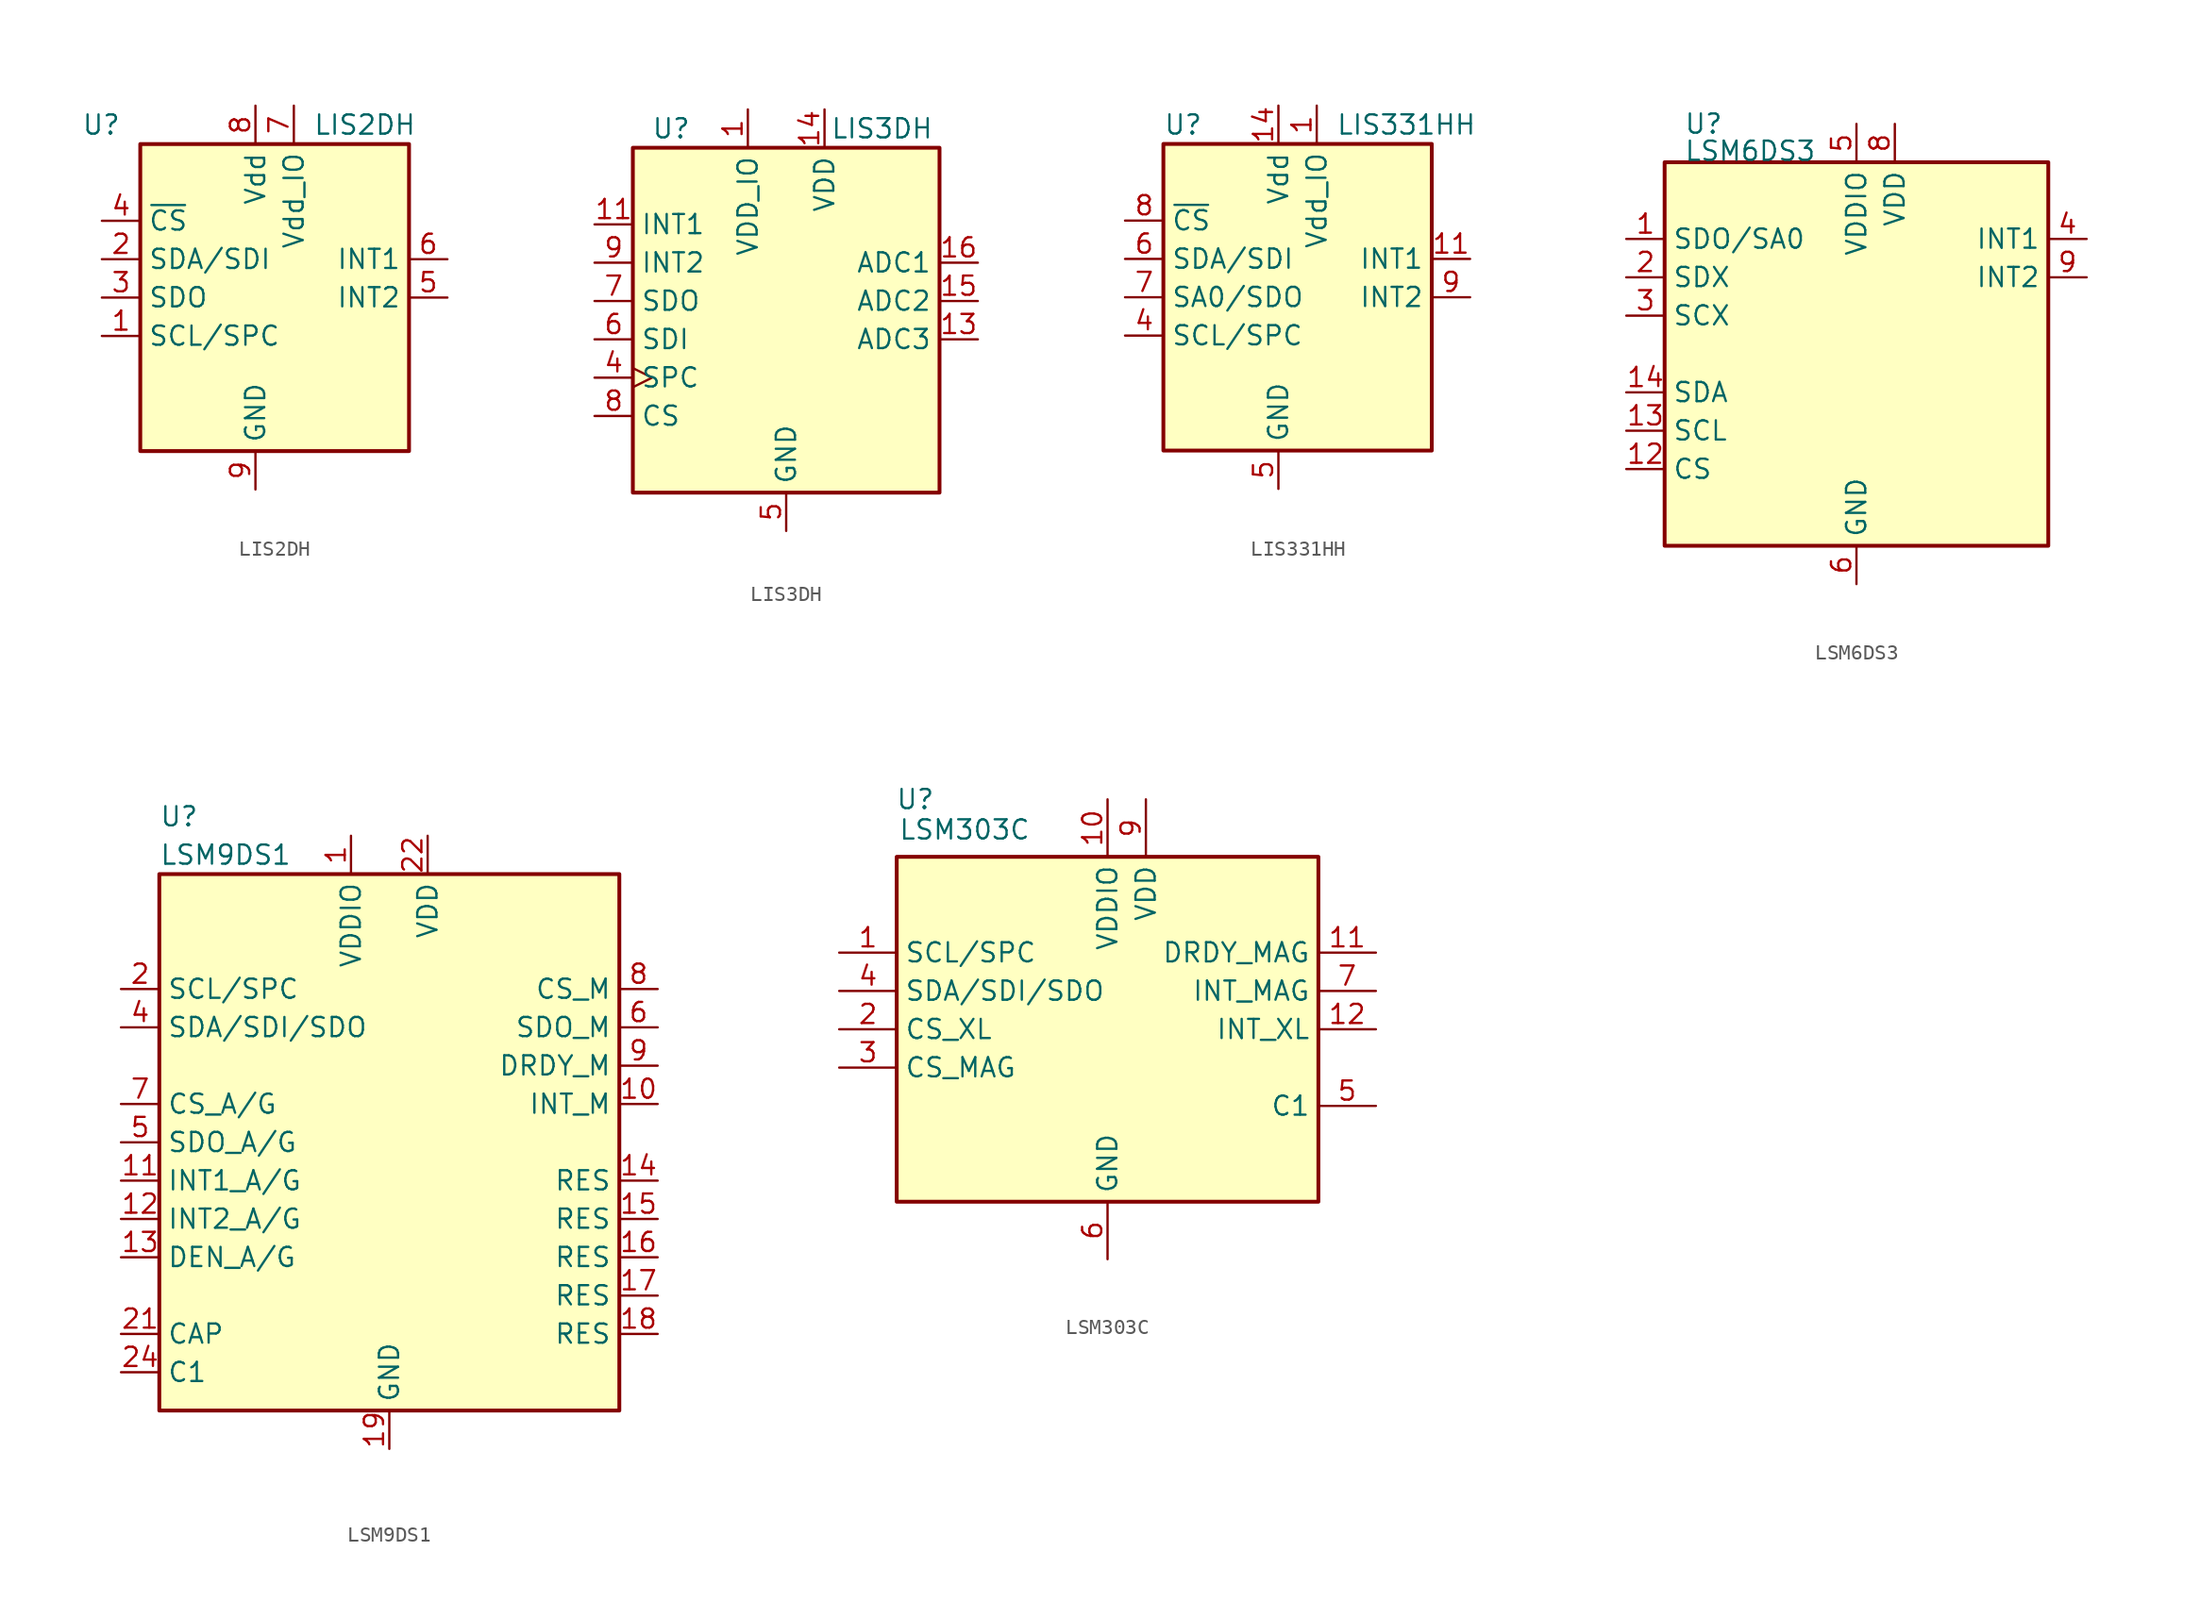
<source format=kicad_sym>
(kicad_symbol_lib
  (version 20241209)
  (generator "kicad_symbol_editor")
  (generator_version "9.0")
  (symbol "LIS2DH"
    (property "Reference" "U"
      (at -8.89 11.43 0)
      (effects (font (size 1.27 1.27)) (justify right)))
    (property "Value" "LIS2DH"
      (at 3.81 11.43 0)
      (effects (font (size 1.27 1.27)) (justify left)))
    (symbol "LIS2DH_0_1"
      (rectangle (start -7.62 10.16) (end 10.16 -10.16) (stroke (width 0.254) (type default)) (fill (type background))))
    (symbol "LIS2DH_1_1"
      (pin input line (at -10.16 5.08 0) (length 2.54) (name "~{CS}" (effects (font (size 1.27 1.27)))) (number "4" (effects (font (size 1.27 1.27)))))
      (pin bidirectional line (at -10.16 2.54 0) (length 2.54) (name "SDA/SDI" (effects (font (size 1.27 1.27)))) (number "2" (effects (font (size 1.27 1.27)))))
      (pin output line (at -10.16 0 0) (length 2.54) (name "SDO" (effects (font (size 1.27 1.27)))) (number "3" (effects (font (size 1.27 1.27)))) (alternate "SA0" passive line))
      (pin input line (at -10.16 -2.54 0) (length 2.54) (name "SCL/SPC" (effects (font (size 1.27 1.27)))) (number "1" (effects (font (size 1.27 1.27)))))
      (pin power_in line (at 0 12.7 270) (length 2.54) (name "Vdd" (effects (font (size 1.27 1.27)))) (number "8" (effects (font (size 1.27 1.27)))))
      (pin passive line (at 0 -12.7 90) (length 2.54) (hide yes) (name "GND" (effects (font (size 1.27 1.27)))) (number "10" (effects (font (size 1.27 1.27)))))
      (pin passive line (at 0 -12.7 90) (length 2.54) (hide yes) (name "GND" (effects (font (size 1.27 1.27)))) (number "11" (effects (font (size 1.27 1.27)))))
      (pin passive line (at 0 -12.7 90) (length 2.54) (hide yes) (name "GND" (effects (font (size 1.27 1.27)))) (number "12" (effects (font (size 1.27 1.27)))))
      (pin passive line (at 0 -12.7 90) (length 2.54) (hide yes) (name "GND" (effects (font (size 1.27 1.27)))) (number "13" (effects (font (size 1.27 1.27)))))
      (pin passive line (at 0 -12.7 90) (length 2.54) (hide yes) (name "GND" (effects (font (size 1.27 1.27)))) (number "14" (effects (font (size 1.27 1.27)))))
      (pin power_in line (at 0 -12.7 90) (length 2.54) (name "GND" (effects (font (size 1.27 1.27)))) (number "9" (effects (font (size 1.27 1.27)))))
      (pin power_in line (at 2.54 12.7 270) (length 2.54) (name "Vdd_IO" (effects (font (size 1.27 1.27)))) (number "7" (effects (font (size 1.27 1.27)))))
      (pin output line (at 12.7 2.54 180) (length 2.54) (name "INT1" (effects (font (size 1.27 1.27)))) (number "6" (effects (font (size 1.27 1.27)))))
      (pin output line (at 12.7 0 180) (length 2.54) (name "INT2" (effects (font (size 1.27 1.27)))) (number "5" (effects (font (size 1.27 1.27)))))))
  (symbol "LIS3DH"
    (property "Reference" "U"
      (at -7.62 11.43 0)
      (effects (font (size 1.27 1.27))))
    (property "Value" "LIS3DH"
      (at 6.35 11.43 0)
      (effects (font (size 1.27 1.27))))
    (symbol "LIS3DH_0_1"
      (rectangle (start -10.16 10.16) (end 10.16 -12.7) (stroke (width 0.254) (type default)) (fill (type background))))
    (symbol "LIS3DH_1_1"
      (pin output line (at -12.7 5.08 0) (length 2.54) (name "INT1" (effects (font (size 1.27 1.27)))) (number "11" (effects (font (size 1.27 1.27)))))
      (pin output line (at -12.7 2.54 0) (length 2.54) (name "INT2" (effects (font (size 1.27 1.27)))) (number "9" (effects (font (size 1.27 1.27)))))
      (pin output line (at -12.7 0 0) (length 2.54) (name "SDO" (effects (font (size 1.27 1.27)))) (number "7" (effects (font (size 1.27 1.27)))) (alternate "SA0" input line))
      (pin input line (at -12.7 -2.54 0) (length 2.54) (name "SDI" (effects (font (size 1.27 1.27)))) (number "6" (effects (font (size 1.27 1.27)))) (alternate "SDA" bidirectional line) (alternate "SDO" output line))
      (pin input clock (at -12.7 -5.08 0) (length 2.54) (name "SPC" (effects (font (size 1.27 1.27)))) (number "4" (effects (font (size 1.27 1.27)))) (alternate "SCL" input clock))
      (pin input line (at -12.7 -7.62 0) (length 2.54) (name "CS" (effects (font (size 1.27 1.27)))) (number "8" (effects (font (size 1.27 1.27)))))
      (pin power_in line (at -2.54 12.7 270) (length 2.54) (name "VDD_IO" (effects (font (size 1.27 1.27)))) (number "1" (effects (font (size 1.27 1.27)))))
      (pin passive line (at 0 -15.24 90) (length 2.54) (hide yes) (name "GND" (effects (font (size 1.27 1.27)))) (number "10" (effects (font (size 1.27 1.27)))))
      (pin passive line (at 0 -15.24 90) (length 2.54) (hide yes) (name "GND" (effects (font (size 1.27 1.27)))) (number "12" (effects (font (size 1.27 1.27)))))
      (pin power_in line (at 0 -15.24 90) (length 2.54) (name "GND" (effects (font (size 1.27 1.27)))) (number "5" (effects (font (size 1.27 1.27)))))
      (pin power_in line (at 2.54 12.7 270) (length 2.54) (name "VDD" (effects (font (size 1.27 1.27)))) (number "14" (effects (font (size 1.27 1.27)))))
      (pin no_connect line (at 10.16 7.62 180) (length 2.54) (hide yes) (name "NC" (effects (font (size 1.27 1.27)))) (number "3" (effects (font (size 1.27 1.27)))))
      (pin no_connect line (at 10.16 5.08 180) (length 2.54) (hide yes) (name "NC" (effects (font (size 1.27 1.27)))) (number "2" (effects (font (size 1.27 1.27)))))
      (pin input line (at 12.7 2.54 180) (length 2.54) (name "ADC1" (effects (font (size 1.27 1.27)))) (number "16" (effects (font (size 1.27 1.27)))))
      (pin input line (at 12.7 0 180) (length 2.54) (name "ADC2" (effects (font (size 1.27 1.27)))) (number "15" (effects (font (size 1.27 1.27)))))
      (pin input line (at 12.7 -2.54 180) (length 2.54) (name "ADC3" (effects (font (size 1.27 1.27)))) (number "13" (effects (font (size 1.27 1.27)))))))
  (symbol "LIS331HH"
    (property "Reference" "U"
      (at -7.62 11.43 0)
      (effects (font (size 1.27 1.27)) (justify left)))
    (property "Value" "LIS331HH"
      (at 3.81 11.43 0)
      (effects (font (size 1.27 1.27)) (justify left)))
    (symbol "LIS331HH_0_1"
      (rectangle (start -7.62 10.16) (end 10.16 -10.16) (stroke (width 0.254) (type default)) (fill (type background))))
    (symbol "LIS331HH_1_1"
      (pin input line (at -10.16 5.08 0) (length 2.54) (name "~{CS}" (effects (font (size 1.27 1.27)))) (number "8" (effects (font (size 1.27 1.27)))))
      (pin bidirectional line (at -10.16 2.54 0) (length 2.54) (name "SDA/SDI" (effects (font (size 1.27 1.27)))) (number "6" (effects (font (size 1.27 1.27)))))
      (pin output line (at -10.16 0 0) (length 2.54) (name "SA0/SDO" (effects (font (size 1.27 1.27)))) (number "7" (effects (font (size 1.27 1.27)))))
      (pin input line (at -10.16 -2.54 0) (length 2.54) (name "SCL/SPC" (effects (font (size 1.27 1.27)))) (number "4" (effects (font (size 1.27 1.27)))))
      (pin power_in line (at 0 12.7 270) (length 2.54) (name "Vdd" (effects (font (size 1.27 1.27)))) (number "14" (effects (font (size 1.27 1.27)))))
      (pin passive line (at 0 12.7 270) (length 2.54) (hide yes) (name "Vdd" (effects (font (size 1.27 1.27)))) (number "15" (effects (font (size 1.27 1.27)))))
      (pin passive line (at 0 -12.7 90) (length 2.54) (hide yes) (name "GND" (effects (font (size 1.27 1.27)))) (number "10" (effects (font (size 1.27 1.27)))))
      (pin passive line (at 0 -12.7 90) (length 2.54) (hide yes) (name "GND" (effects (font (size 1.27 1.27)))) (number "12" (effects (font (size 1.27 1.27)))))
      (pin passive line (at 0 -12.7 90) (length 2.54) (hide yes) (name "GND" (effects (font (size 1.27 1.27)))) (number "13" (effects (font (size 1.27 1.27)))))
      (pin passive line (at 0 -12.7 90) (length 2.54) (hide yes) (name "GND" (effects (font (size 1.27 1.27)))) (number "16" (effects (font (size 1.27 1.27)))))
      (pin power_in line (at 0 -12.7 90) (length 2.54) (name "GND" (effects (font (size 1.27 1.27)))) (number "5" (effects (font (size 1.27 1.27)))))
      (pin power_in line (at 2.54 12.7 270) (length 2.54) (name "Vdd_IO" (effects (font (size 1.27 1.27)))) (number "1" (effects (font (size 1.27 1.27)))))
      (pin no_connect line (at 10.16 -2.54 180) (length 2.54) (hide yes) (name "NC" (effects (font (size 1.27 1.27)))) (number "2" (effects (font (size 1.27 1.27)))))
      (pin no_connect line (at 10.16 -5.08 180) (length 2.54) (hide yes) (name "NC" (effects (font (size 1.27 1.27)))) (number "3" (effects (font (size 1.27 1.27)))))
      (pin output line (at 12.7 2.54 180) (length 2.54) (name "INT1" (effects (font (size 1.27 1.27)))) (number "11" (effects (font (size 1.27 1.27)))))
      (pin output line (at 12.7 0 180) (length 2.54) (name "INT2" (effects (font (size 1.27 1.27)))) (number "9" (effects (font (size 1.27 1.27)))))))
  (symbol "LSM6DS3"
    (property "Reference" "U"
      (at -11.43 15.24 0)
      (effects (font (size 1.27 1.27)) (justify left)))
    (property "Value" "LSM6DS3"
      (at -11.43 12.7 0)
      (effects (font (size 1.27 1.27)) (justify left bottom)))
    (symbol "LSM6DS3_0_1"
      (rectangle (start -12.7 12.7) (end 12.7 -12.7) (stroke (width 0.254) (type default)) (fill (type background))))
    (symbol "LSM6DS3_1_1"
      (pin bidirectional line (at -15.24 7.62 0) (length 2.54) (name "SDO/SA0" (effects (font (size 1.27 1.27)))) (number "1" (effects (font (size 1.27 1.27)))))
      (pin bidirectional line (at -15.24 5.08 0) (length 2.54) (name "SDX" (effects (font (size 1.27 1.27)))) (number "2" (effects (font (size 1.27 1.27)))))
      (pin input line (at -15.24 2.54 0) (length 2.54) (name "SCX" (effects (font (size 1.27 1.27)))) (number "3" (effects (font (size 1.27 1.27)))))
      (pin bidirectional line (at -15.24 -2.54 0) (length 2.54) (name "SDA" (effects (font (size 1.27 1.27)))) (number "14" (effects (font (size 1.27 1.27)))))
      (pin input line (at -15.24 -5.08 0) (length 2.54) (name "SCL" (effects (font (size 1.27 1.27)))) (number "13" (effects (font (size 1.27 1.27)))))
      (pin input line (at -15.24 -7.62 0) (length 2.54) (name "CS" (effects (font (size 1.27 1.27)))) (number "12" (effects (font (size 1.27 1.27)))))
      (pin power_in line (at 0 15.24 270) (length 2.54) (name "VDDIO" (effects (font (size 1.27 1.27)))) (number "5" (effects (font (size 1.27 1.27)))))
      (pin power_in line (at 0 -15.24 90) (length 2.54) (name "GND" (effects (font (size 1.27 1.27)))) (number "6" (effects (font (size 1.27 1.27)))))
      (pin passive line (at 0 -15.24 90) (length 2.54) (hide yes) (name "GND" (effects (font (size 1.27 1.27)))) (number "7" (effects (font (size 1.27 1.27)))))
      (pin power_in line (at 2.54 15.24 270) (length 2.54) (name "VDD" (effects (font (size 1.27 1.27)))) (number "8" (effects (font (size 1.27 1.27)))))
      (pin no_connect line (at 12.7 -2.54 180) (length 3.81) (hide yes) (name "NC" (effects (font (size 1.27 1.27)))) (number "11" (effects (font (size 1.27 1.27)))))
      (pin no_connect line (at 12.7 -5.08 180) (length 3.81) (hide yes) (name "NC" (effects (font (size 1.27 1.27)))) (number "10" (effects (font (size 1.27 1.27)))))
      (pin output line (at 15.24 7.62 180) (length 2.54) (name "INT1" (effects (font (size 1.27 1.27)))) (number "4" (effects (font (size 1.27 1.27)))))
      (pin output line (at 15.24 5.08 180) (length 2.54) (name "INT2" (effects (font (size 1.27 1.27)))) (number "9" (effects (font (size 1.27 1.27)))))))
  (symbol "LSM9DS1"
    (property "Reference" "U"
      (at -15.24 21.59 0)
      (effects (font (size 1.27 1.27)) (justify left)))
    (property "Value" "LSM9DS1"
      (at -15.24 19.05 0)
      (effects (font (size 1.27 1.27)) (justify left)))
    (symbol "LSM9DS1_0_1"
      (rectangle (start -15.24 17.78) (end 15.24 -17.78) (stroke (width 0.254) (type default)) (fill (type background))))
    (symbol "LSM9DS1_1_1"
      (pin input line (at -17.78 10.16 0) (length 2.54) (name "SCL/SPC" (effects (font (size 1.27 1.27)))) (number "2" (effects (font (size 1.27 1.27)))))
      (pin bidirectional line (at -17.78 7.62 0) (length 2.54) (name "SDA/SDI/SDO" (effects (font (size 1.27 1.27)))) (number "4" (effects (font (size 1.27 1.27)))))
      (pin input line (at -17.78 2.54 0) (length 2.54) (name "CS_A/G" (effects (font (size 1.27 1.27)))) (number "7" (effects (font (size 1.27 1.27)))))
      (pin output line (at -17.78 0 0) (length 2.54) (name "SDO_A/G" (effects (font (size 1.27 1.27)))) (number "5" (effects (font (size 1.27 1.27)))))
      (pin output line (at -17.78 -2.54 0) (length 2.54) (name "INT1_A/G" (effects (font (size 1.27 1.27)))) (number "11" (effects (font (size 1.27 1.27)))))
      (pin output line (at -17.78 -5.08 0) (length 2.54) (name "INT2_A/G" (effects (font (size 1.27 1.27)))) (number "12" (effects (font (size 1.27 1.27)))))
      (pin input line (at -17.78 -7.62 0) (length 2.54) (name "DEN_A/G" (effects (font (size 1.27 1.27)))) (number "13" (effects (font (size 1.27 1.27)))))
      (pin passive line (at -17.78 -12.7 0) (length 2.54) (name "CAP" (effects (font (size 1.27 1.27)))) (number "21" (effects (font (size 1.27 1.27)))))
      (pin passive line (at -17.78 -15.24 0) (length 2.54) (name "C1" (effects (font (size 1.27 1.27)))) (number "24" (effects (font (size 1.27 1.27)))))
      (pin power_in line (at -2.54 20.32 270) (length 2.54) (name "VDDIO" (effects (font (size 1.27 1.27)))) (number "1" (effects (font (size 1.27 1.27)))))
      (pin passive line (at -2.54 20.32 270) (length 2.54) (hide yes) (name "VDDIO" (effects (font (size 1.27 1.27)))) (number "3" (effects (font (size 1.27 1.27)))))
      (pin power_in line (at 0 -20.32 90) (length 2.54) (name "GND" (effects (font (size 1.27 1.27)))) (number "19" (effects (font (size 1.27 1.27)))))
      (pin passive line (at 0 -20.32 90) (length 2.54) (hide yes) (name "GND" (effects (font (size 1.27 1.27)))) (number "20" (effects (font (size 1.27 1.27)))))
      (pin power_in line (at 2.54 20.32 270) (length 2.54) (name "VDD" (effects (font (size 1.27 1.27)))) (number "22" (effects (font (size 1.27 1.27)))))
      (pin passive line (at 2.54 20.32 270) (length 2.54) (hide yes) (name "VDD" (effects (font (size 1.27 1.27)))) (number "23" (effects (font (size 1.27 1.27)))))
      (pin input line (at 17.78 10.16 180) (length 2.54) (name "CS_M" (effects (font (size 1.27 1.27)))) (number "8" (effects (font (size 1.27 1.27)))))
      (pin output line (at 17.78 7.62 180) (length 2.54) (name "SDO_M" (effects (font (size 1.27 1.27)))) (number "6" (effects (font (size 1.27 1.27)))))
      (pin output line (at 17.78 5.08 180) (length 2.54) (name "DRDY_M" (effects (font (size 1.27 1.27)))) (number "9" (effects (font (size 1.27 1.27)))))
      (pin output line (at 17.78 2.54 180) (length 2.54) (name "INT_M" (effects (font (size 1.27 1.27)))) (number "10" (effects (font (size 1.27 1.27)))))
      (pin bidirectional line (at 17.78 -2.54 180) (length 2.54) (name "RES" (effects (font (size 1.27 1.27)))) (number "14" (effects (font (size 1.27 1.27)))))
      (pin bidirectional line (at 17.78 -5.08 180) (length 2.54) (name "RES" (effects (font (size 1.27 1.27)))) (number "15" (effects (font (size 1.27 1.27)))))
      (pin bidirectional line (at 17.78 -7.62 180) (length 2.54) (name "RES" (effects (font (size 1.27 1.27)))) (number "16" (effects (font (size 1.27 1.27)))))
      (pin bidirectional line (at 17.78 -10.16 180) (length 2.54) (name "RES" (effects (font (size 1.27 1.27)))) (number "17" (effects (font (size 1.27 1.27)))))
      (pin bidirectional line (at 17.78 -12.7 180) (length 2.54) (name "RES" (effects (font (size 1.27 1.27)))) (number "18" (effects (font (size 1.27 1.27)))))))
  (symbol "LSM303C"
    (property "Reference" "U"
      (at -11.43 15.24 0)
      (effects (font (size 1.27 1.27)) (justify right)))
    (property "Value" "LSM303C"
      (at -5.08 13.97 0)
      (effects (font (size 1.27 1.27)) (justify right top)))
    (symbol "LSM303C_0_1"
      (rectangle (start 13.97 11.43) (end -13.97 -11.43) (stroke (width 0.254) (type default)) (fill (type background))))
    (symbol "LSM303C_1_1"
      (pin input line (at -17.78 5.08 0) (length 3.81) (name "SCL/SPC" (effects (font (size 1.27 1.27)))) (number "1" (effects (font (size 1.27 1.27)))))
      (pin bidirectional line (at -17.78 2.54 0) (length 3.81) (name "SDA/SDI/SDO" (effects (font (size 1.27 1.27)))) (number "4" (effects (font (size 1.27 1.27)))))
      (pin input line (at -17.78 0 0) (length 3.81) (name "CS_XL" (effects (font (size 1.27 1.27)))) (number "2" (effects (font (size 1.27 1.27)))))
      (pin input line (at -17.78 -2.54 0) (length 3.81) (name "CS_MAG" (effects (font (size 1.27 1.27)))) (number "3" (effects (font (size 1.27 1.27)))))
      (pin power_in line (at 0 15.24 270) (length 3.81) (name "VDDIO" (effects (font (size 1.27 1.27)))) (number "10" (effects (font (size 1.27 1.27)))))
      (pin power_in line (at 0 -15.24 90) (length 3.81) (name "GND" (effects (font (size 1.27 1.27)))) (number "6" (effects (font (size 1.27 1.27)))))
      (pin passive line (at 0 -15.24 90) (length 3.81) (hide yes) (name "GND" (effects (font (size 1.27 1.27)))) (number "8" (effects (font (size 1.27 1.27)))))
      (pin power_in line (at 2.54 15.24 270) (length 3.81) (name "VDD" (effects (font (size 1.27 1.27)))) (number "9" (effects (font (size 1.27 1.27)))))
      (pin output line (at 17.78 5.08 180) (length 3.81) (name "DRDY_MAG" (effects (font (size 1.27 1.27)))) (number "11" (effects (font (size 1.27 1.27)))))
      (pin output line (at 17.78 2.54 180) (length 3.81) (name "INT_MAG" (effects (font (size 1.27 1.27)))) (number "7" (effects (font (size 1.27 1.27)))))
      (pin output line (at 17.78 0 180) (length 3.81) (name "INT_XL" (effects (font (size 1.27 1.27)))) (number "12" (effects (font (size 1.27 1.27)))))
      (pin passive line (at 17.78 -5.08 180) (length 3.81) (name "C1" (effects (font (size 1.27 1.27)))) (number "5" (effects (font (size 1.27 1.27))))))))
</source>
